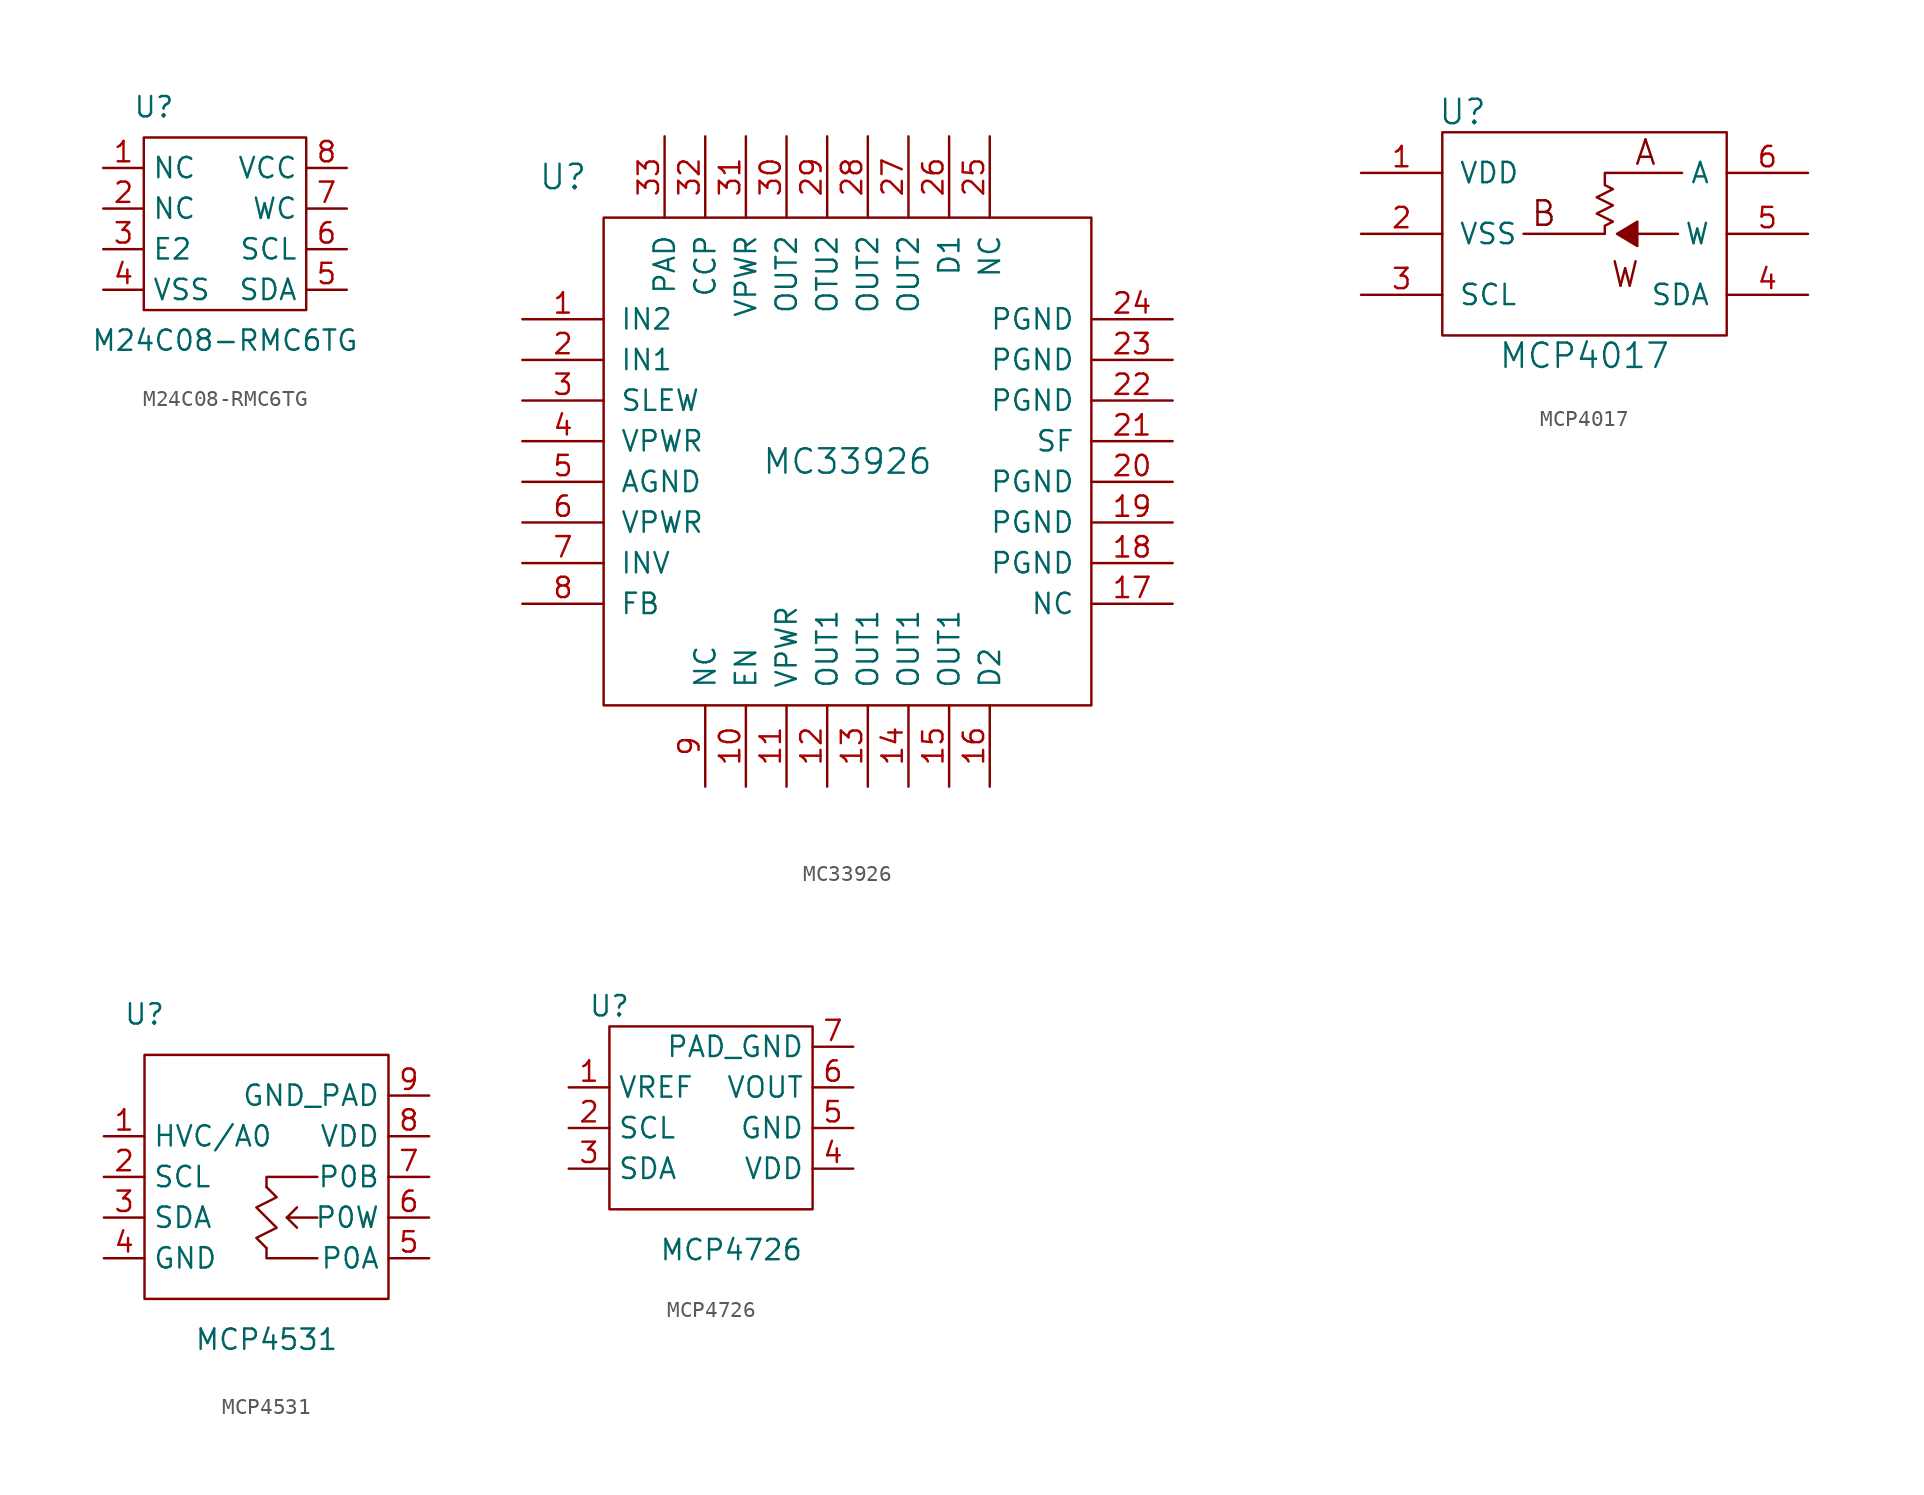
<source format=kicad_sym>
(kicad_symbol_lib
  (version 20231120)
  (generator "kicad_symbol_editor")
  (generator_version "8.0")
  (symbol "M24C08-RMC6TG"
    (property "Reference" "U"
      (at -4.445 7.62 0)
      (effects (font (size 1.27 1.27))))
    (property "Value" "M24C08-RMC6TG"
      (at 0 -6.985 0)
      (effects (font (size 1.27 1.27))))
    (symbol "M24C08-RMC6TG_0_1"
      (rectangle (start -5.08 5.715) (end 5.08 -5.08) (stroke (width 0) (type default)) (fill (type none))))
    (symbol "M24C08-RMC6TG_1_1"
      (pin input line (at -7.62 3.81 0) (length 2.54) (name "NC" (effects (font (size 1.27 1.27)))) (number "1" (effects (font (size 1.27 1.27)))))
      (pin input line (at -7.62 1.27 0) (length 2.54) (name "NC" (effects (font (size 1.27 1.27)))) (number "2" (effects (font (size 1.27 1.27)))))
      (pin input line (at -7.62 -1.27 0) (length 2.54) (name "E2" (effects (font (size 1.27 1.27)))) (number "3" (effects (font (size 1.27 1.27)))))
      (pin input line (at -7.62 -3.81 0) (length 2.54) (name "VSS" (effects (font (size 1.27 1.27)))) (number "4" (effects (font (size 1.27 1.27)))))
      (pin input line (at 7.62 -3.81 180) (length 2.54) (name "SDA" (effects (font (size 1.27 1.27)))) (number "5" (effects (font (size 1.27 1.27)))))
      (pin input line (at 7.62 -1.27 180) (length 2.54) (name "SCL" (effects (font (size 1.27 1.27)))) (number "6" (effects (font (size 1.27 1.27)))))
      (pin input line (at 7.62 1.27 180) (length 2.54) (name "WC" (effects (font (size 1.27 1.27)))) (number "7" (effects (font (size 1.27 1.27)))))
      (pin input line (at 7.62 3.81 180) (length 2.54) (name "VCC" (effects (font (size 1.27 1.27)))) (number "8" (effects (font (size 1.27 1.27)))))))
  (symbol "MC33926"
    (pin_names
      (offset 1.016))
    (property "Reference" "U"
      (at -17.78 17.78 0)
      (effects (font (size 1.524 1.524))))
    (property "Value" "MC33926"
      (at 0 0 0)
      (effects (font (size 1.524 1.524))))
    (property "Footprint" ""
      (at -15.24 8.89 0)
      (effects (font (size 1.524 1.524))))
    (property "Datasheet" ""
      (at -15.24 8.89 0)
      (effects (font (size 1.524 1.524))))
    (symbol "MC33926_0_1"
      (rectangle (start -15.24 15.24) (end 15.24 -15.24) (stroke (width 0) (type default)) (fill (type none))))
    (symbol "MC33926_1_1"
      (pin input line (at -20.32 8.89 0) (length 5.08) (name "IN2" (effects (font (size 1.27 1.27)))) (number "1" (effects (font (size 1.27 1.27)))))
      (pin input line (at -6.35 -20.32 90) (length 5.08) (name "EN" (effects (font (size 1.27 1.27)))) (number "10" (effects (font (size 1.27 1.27)))))
      (pin input line (at -3.81 -20.32 90) (length 5.08) (name "VPWR" (effects (font (size 1.27 1.27)))) (number "11" (effects (font (size 1.27 1.27)))))
      (pin input line (at -1.27 -20.32 90) (length 5.08) (name "OUT1" (effects (font (size 1.27 1.27)))) (number "12" (effects (font (size 1.27 1.27)))))
      (pin input line (at 1.27 -20.32 90) (length 5.08) (name "OUT1" (effects (font (size 1.27 1.27)))) (number "13" (effects (font (size 1.27 1.27)))))
      (pin input line (at 3.81 -20.32 90) (length 5.08) (name "OUT1" (effects (font (size 1.27 1.27)))) (number "14" (effects (font (size 1.27 1.27)))))
      (pin input line (at 6.35 -20.32 90) (length 5.08) (name "OUT1" (effects (font (size 1.27 1.27)))) (number "15" (effects (font (size 1.27 1.27)))))
      (pin input line (at 8.89 -20.32 90) (length 5.08) (name "D2" (effects (font (size 1.27 1.27)))) (number "16" (effects (font (size 1.27 1.27)))))
      (pin input line (at 20.32 -8.89 180) (length 5.08) (name "NC" (effects (font (size 1.27 1.27)))) (number "17" (effects (font (size 1.27 1.27)))))
      (pin input line (at 20.32 -6.35 180) (length 5.08) (name "PGND" (effects (font (size 1.27 1.27)))) (number "18" (effects (font (size 1.27 1.27)))))
      (pin input line (at 20.32 -3.81 180) (length 5.08) (name "PGND" (effects (font (size 1.27 1.27)))) (number "19" (effects (font (size 1.27 1.27)))))
      (pin input line (at -20.32 6.35 0) (length 5.08) (name "IN1" (effects (font (size 1.27 1.27)))) (number "2" (effects (font (size 1.27 1.27)))))
      (pin input line (at 20.32 -1.27 180) (length 5.08) (name "PGND" (effects (font (size 1.27 1.27)))) (number "20" (effects (font (size 1.27 1.27)))))
      (pin input line (at 20.32 1.27 180) (length 5.08) (name "SF" (effects (font (size 1.27 1.27)))) (number "21" (effects (font (size 1.27 1.27)))))
      (pin input line (at 20.32 3.81 180) (length 5.08) (name "PGND" (effects (font (size 1.27 1.27)))) (number "22" (effects (font (size 1.27 1.27)))))
      (pin input line (at 20.32 6.35 180) (length 5.08) (name "PGND" (effects (font (size 1.27 1.27)))) (number "23" (effects (font (size 1.27 1.27)))))
      (pin input line (at 20.32 8.89 180) (length 5.08) (name "PGND" (effects (font (size 1.27 1.27)))) (number "24" (effects (font (size 1.27 1.27)))))
      (pin input line (at 8.89 20.32 270) (length 5.08) (name "NC" (effects (font (size 1.27 1.27)))) (number "25" (effects (font (size 1.27 1.27)))))
      (pin input line (at 6.35 20.32 270) (length 5.08) (name "D1" (effects (font (size 1.27 1.27)))) (number "26" (effects (font (size 1.27 1.27)))))
      (pin input line (at 3.81 20.32 270) (length 5.08) (name "OUT2" (effects (font (size 1.27 1.27)))) (number "27" (effects (font (size 1.27 1.27)))))
      (pin input line (at 1.27 20.32 270) (length 5.08) (name "OUT2" (effects (font (size 1.27 1.27)))) (number "28" (effects (font (size 1.27 1.27)))))
      (pin input line (at -1.27 20.32 270) (length 5.08) (name "OTU2" (effects (font (size 1.27 1.27)))) (number "29" (effects (font (size 1.27 1.27)))))
      (pin input line (at -20.32 3.81 0) (length 5.08) (name "SLEW" (effects (font (size 1.27 1.27)))) (number "3" (effects (font (size 1.27 1.27)))))
      (pin input line (at -3.81 20.32 270) (length 5.08) (name "OUT2" (effects (font (size 1.27 1.27)))) (number "30" (effects (font (size 1.27 1.27)))))
      (pin input line (at -6.35 20.32 270) (length 5.08) (name "VPWR" (effects (font (size 1.27 1.27)))) (number "31" (effects (font (size 1.27 1.27)))))
      (pin input line (at -8.89 20.32 270) (length 5.08) (name "CCP" (effects (font (size 1.27 1.27)))) (number "32" (effects (font (size 1.27 1.27)))))
      (pin input line (at -11.43 20.32 270) (length 5.08) (name "PAD" (effects (font (size 1.27 1.27)))) (number "33" (effects (font (size 1.27 1.27)))))
      (pin input line (at -20.32 1.27 0) (length 5.08) (name "VPWR" (effects (font (size 1.27 1.27)))) (number "4" (effects (font (size 1.27 1.27)))))
      (pin input line (at -20.32 -1.27 0) (length 5.08) (name "AGND" (effects (font (size 1.27 1.27)))) (number "5" (effects (font (size 1.27 1.27)))))
      (pin input line (at -20.32 -3.81 0) (length 5.08) (name "VPWR" (effects (font (size 1.27 1.27)))) (number "6" (effects (font (size 1.27 1.27)))))
      (pin input line (at -20.32 -6.35 0) (length 5.08) (name "INV" (effects (font (size 1.27 1.27)))) (number "7" (effects (font (size 1.27 1.27)))))
      (pin input line (at -20.32 -8.89 0) (length 5.08) (name "FB" (effects (font (size 1.27 1.27)))) (number "8" (effects (font (size 1.27 1.27)))))
      (pin input line (at -8.89 -20.32 90) (length 5.08) (name "NC" (effects (font (size 1.27 1.27)))) (number "9" (effects (font (size 1.27 1.27)))))))
  (symbol "MCP4017"
    (pin_names
      (offset 1.016))
    (property "Reference" "U"
      (at -7.62 7.62 0)
      (effects (font (size 1.524 1.524))))
    (property "Value" "MCP4017"
      (at 0 -7.62 0)
      (effects (font (size 1.524 1.524))))
    (symbol "MCP4017_0_0"
      (text "A" (at 3.81 5.08 0) (effects (font (size 1.524 1.524))))
      (text "B" (at -2.54 1.27 0) (effects (font (size 1.524 1.524))))
      (text "W" (at 2.54 -2.54 0) (effects (font (size 1.524 1.524)))))
    (symbol "MCP4017_0_1"
      (rectangle (start -8.89 6.35) (end 8.89 -6.35) (stroke (width 0) (type default)) (fill (type none)))
      (polyline (pts (xy 5.842 0) (xy 2.032 0) (xy 3.302 0.762) (xy 3.302 -0.762) (xy 2.032 0)) (stroke (width 0) (type default)) (fill (type outline)))
      (polyline (pts (xy 6.096 3.81) (xy 1.27 3.81) (xy 1.27 3.048) (xy 1.778 2.794) (xy 0.762 2.286) (xy 1.778 1.778) (xy 0.762 1.27) (xy 1.778 0.762) (xy 1.27 0.508) (xy 1.27 0) (xy -3.81 0)) (stroke (width 0) (type default)) (fill (type none))))
    (symbol "MCP4017_1_1"
      (pin input line (at -13.97 3.81 0) (length 5.08) (name "VDD" (effects (font (size 1.27 1.27)))) (number "1" (effects (font (size 1.27 1.27)))))
      (pin input line (at -13.97 0 0) (length 5.08) (name "VSS" (effects (font (size 1.27 1.27)))) (number "2" (effects (font (size 1.27 1.27)))))
      (pin input line (at -13.97 -3.81 0) (length 5.08) (name "SCL" (effects (font (size 1.27 1.27)))) (number "3" (effects (font (size 1.27 1.27)))))
      (pin input line (at 13.97 -3.81 180) (length 5.08) (name "SDA" (effects (font (size 1.27 1.27)))) (number "4" (effects (font (size 1.27 1.27)))))
      (pin input line (at 13.97 0 180) (length 5.08) (name "W" (effects (font (size 1.27 1.27)))) (number "5" (effects (font (size 1.27 1.27)))))
      (pin input line (at 13.97 3.81 180) (length 5.08) (name "A" (effects (font (size 1.27 1.27)))) (number "6" (effects (font (size 1.27 1.27)))))))
  (symbol "MCP4531"
    (property "Reference" "U"
      (at -7.62 12.7 0)
      (effects (font (size 1.27 1.27))))
    (property "Value" "MCP4531"
      (at 0 -7.62 0)
      (effects (font (size 1.27 1.27))))
    (symbol "MCP4531_0_1"
      (rectangle (start -7.62 10.16) (end 7.62 -5.08) (stroke (width 0) (type default)) (fill (type none)))
      (polyline (pts (xy 1.27 0) (xy 1.905 -0.635)) (stroke (width 0) (type default)) (fill (type none)))
      (polyline (pts (xy 0 -1.905) (xy 0 -2.54) (xy 3.175 -2.54)) (stroke (width 0) (type default)) (fill (type none)))
      (polyline (pts (xy 3.175 0) (xy 1.27 0) (xy 1.905 0.635)) (stroke (width 0) (type default)) (fill (type none)))
      (polyline (pts (xy 3.175 2.54) (xy 0 2.54) (xy 0 1.905)) (stroke (width 0) (type default)) (fill (type none)))
      (polyline (pts (xy 0 -1.905) (xy -0.635 -1.27) (xy 0.635 -0.635) (xy -0.635 0.635) (xy 0.635 1.27) (xy 0 1.905)) (stroke (width 0) (type default)) (fill (type none))))
    (symbol "MCP4531_1_1"
      (pin input line (at -10.16 5.08 0) (length 2.54) (name "HVC/A0" (effects (font (size 1.27 1.27)))) (number "1" (effects (font (size 1.27 1.27)))))
      (pin input line (at -10.16 2.54 0) (length 2.54) (name "SCL" (effects (font (size 1.27 1.27)))) (number "2" (effects (font (size 1.27 1.27)))))
      (pin input line (at -10.16 0 0) (length 2.54) (name "SDA" (effects (font (size 1.27 1.27)))) (number "3" (effects (font (size 1.27 1.27)))))
      (pin input line (at -10.16 -2.54 0) (length 2.54) (name "GND" (effects (font (size 1.27 1.27)))) (number "4" (effects (font (size 1.27 1.27)))))
      (pin input line (at 10.16 -2.54 180) (length 2.54) (name "P0A" (effects (font (size 1.27 1.27)))) (number "5" (effects (font (size 1.27 1.27)))))
      (pin input line (at 10.16 0 180) (length 2.54) (name "P0W" (effects (font (size 1.27 1.27)))) (number "6" (effects (font (size 1.27 1.27)))))
      (pin input line (at 10.16 2.54 180) (length 2.54) (name "P0B" (effects (font (size 1.27 1.27)))) (number "7" (effects (font (size 1.27 1.27)))))
      (pin input line (at 10.16 5.08 180) (length 2.54) (name "VDD" (effects (font (size 1.27 1.27)))) (number "8" (effects (font (size 1.27 1.27)))))
      (pin input line (at 10.16 7.62 180) (length 2.54) (name "GND_PAD" (effects (font (size 1.27 1.27)))) (number "9" (effects (font (size 1.27 1.27)))))))
  (symbol "MCP4726"
    (property "Reference" "U"
      (at -7.62 7.62 0)
      (effects (font (size 1.27 1.27))))
    (property "Value" "MCP4726"
      (at 0 -7.62 0)
      (effects (font (size 1.27 1.27))))
    (symbol "MCP4726_0_1"
      (rectangle (start -7.62 6.35) (end 5.08 -5.08) (stroke (width 0) (type default)) (fill (type none))))
    (symbol "MCP4726_1_1"
      (pin input line (at -10.16 2.54 0) (length 2.54) (name "VREF" (effects (font (size 1.27 1.27)))) (number "1" (effects (font (size 1.27 1.27)))))
      (pin input line (at -10.16 0 0) (length 2.54) (name "SCL" (effects (font (size 1.27 1.27)))) (number "2" (effects (font (size 1.27 1.27)))))
      (pin input line (at -10.16 -2.54 0) (length 2.54) (name "SDA" (effects (font (size 1.27 1.27)))) (number "3" (effects (font (size 1.27 1.27)))))
      (pin input line (at 7.62 -2.54 180) (length 2.54) (name "VDD" (effects (font (size 1.27 1.27)))) (number "4" (effects (font (size 1.27 1.27)))))
      (pin input line (at 7.62 0 180) (length 2.54) (name "GND" (effects (font (size 1.27 1.27)))) (number "5" (effects (font (size 1.27 1.27)))))
      (pin input line (at 7.62 2.54 180) (length 2.54) (name "VOUT" (effects (font (size 1.27 1.27)))) (number "6" (effects (font (size 1.27 1.27)))))
      (pin input line (at 7.62 5.08 180) (length 2.54) (name "PAD_GND" (effects (font (size 1.27 1.27)))) (number "7" (effects (font (size 1.27 1.27))))))))
</source>
